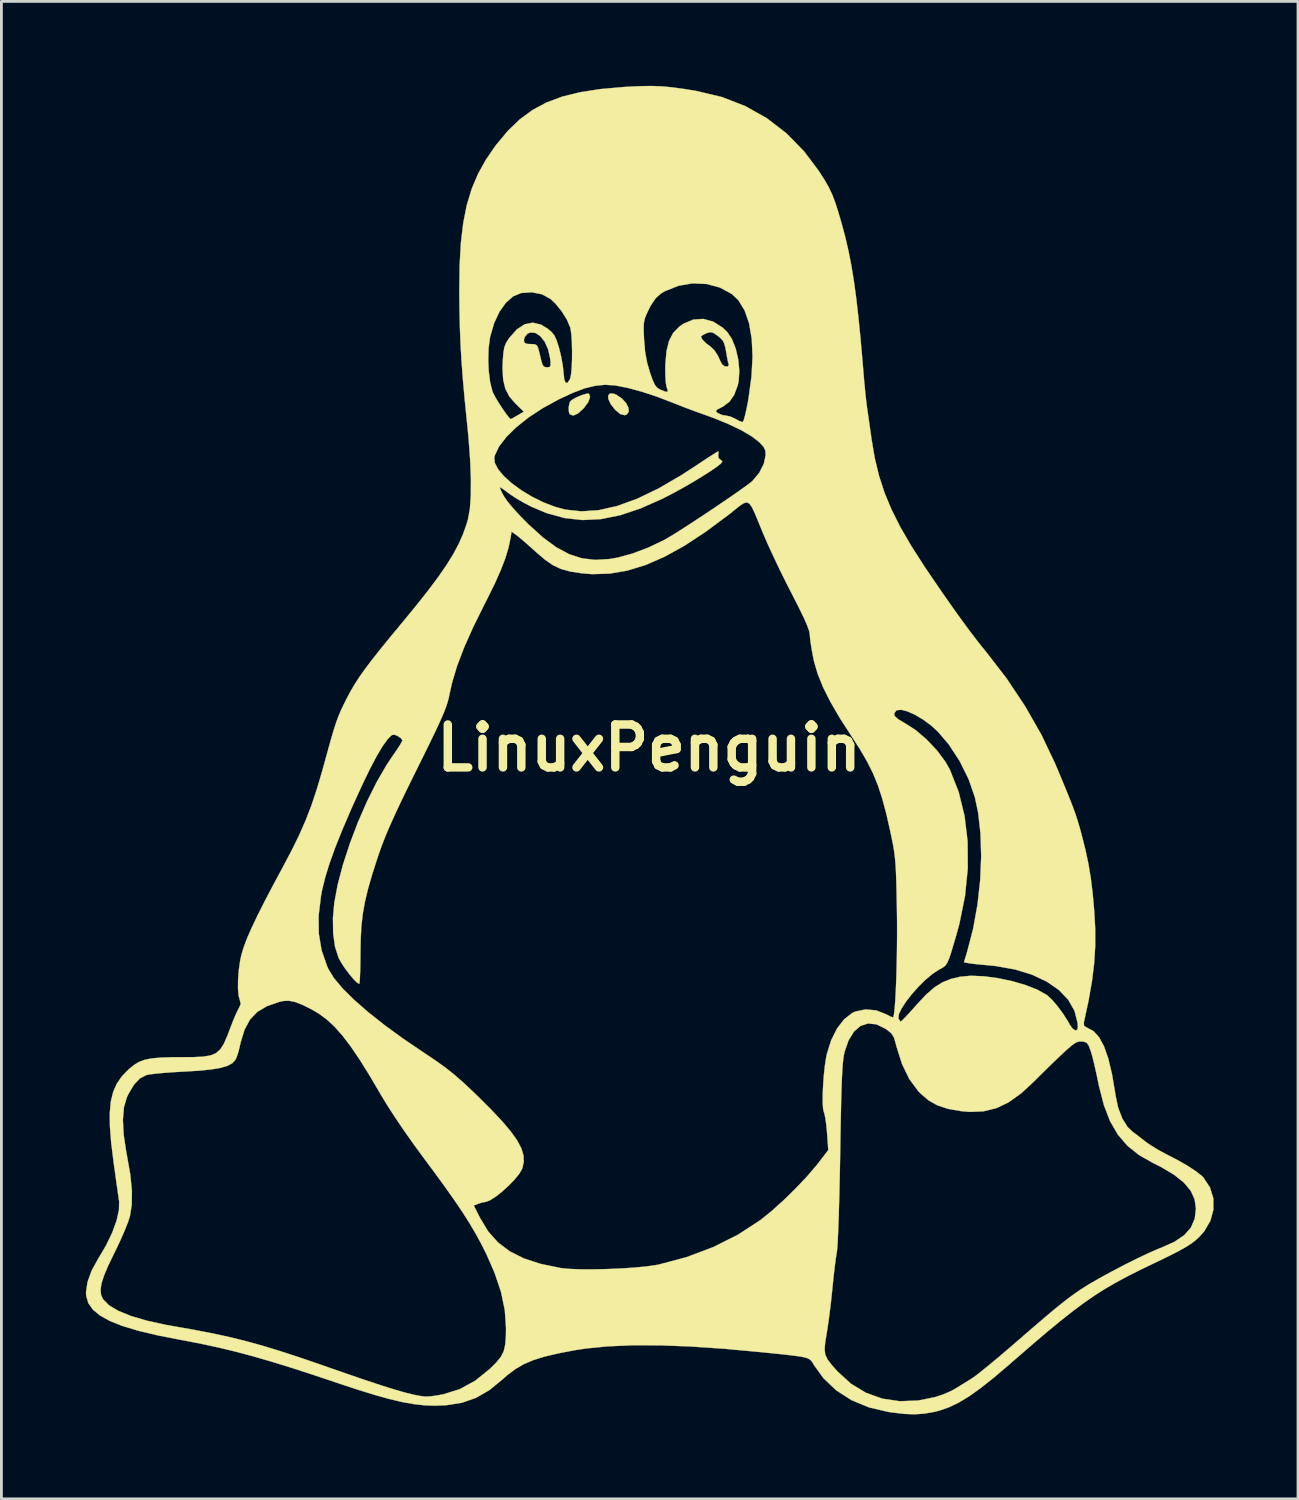
<source format=kicad_pcb>
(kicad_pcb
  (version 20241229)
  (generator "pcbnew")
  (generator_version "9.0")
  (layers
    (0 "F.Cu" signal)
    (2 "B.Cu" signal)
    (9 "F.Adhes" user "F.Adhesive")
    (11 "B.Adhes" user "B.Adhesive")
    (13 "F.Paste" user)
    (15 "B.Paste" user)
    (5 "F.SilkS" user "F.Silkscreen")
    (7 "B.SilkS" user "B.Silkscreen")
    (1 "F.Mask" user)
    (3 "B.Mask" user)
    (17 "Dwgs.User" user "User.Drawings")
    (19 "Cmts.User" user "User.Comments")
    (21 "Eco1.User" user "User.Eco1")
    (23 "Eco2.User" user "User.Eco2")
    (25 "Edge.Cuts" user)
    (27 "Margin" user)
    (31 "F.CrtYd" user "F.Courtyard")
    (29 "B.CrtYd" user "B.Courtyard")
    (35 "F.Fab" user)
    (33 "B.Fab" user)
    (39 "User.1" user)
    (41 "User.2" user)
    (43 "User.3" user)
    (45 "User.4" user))
  (footprint "LinuxPenguin"
    (layer "F.Cu")
    (at 20.008 23.525)
    (property "Reference" "LinuxPenguin" (at 0 0 0) (layer "F.SilkS") (effects (font (size 1.524 1.524) (thickness 0.3))))
    (attr through_hole)
    (fp_poly (pts (xy -1.252 -12.588) (xy -1.156 -12.548) (xy -0.958 -12.413) (xy -0.813 -12.251) (xy -0.73 -12.087) (xy -0.719 -11.945) (xy -0.79 -11.848) (xy -0.867 -11.823) (xy -1.019 -11.863) (xy -1.201 -12.014) (xy -1.201 -12.014) (xy -1.359 -12.215) (xy -1.441 -12.391) (xy -1.45 -12.524) (xy -1.386 -12.596) (xy -1.252 -12.588)) (stroke (width 0.01) (type solid)) (fill yes) (layer "F.SilkS"))
    (fp_poly (pts (xy -2.13 -12.587) (xy -2.094 -12.466) (xy -2.157 -12.291) (xy -2.314 -12.078) (xy -2.325 -12.065) (xy -2.524 -11.883) (xy -2.69 -11.811) (xy -2.814 -11.852) (xy -2.815 -11.853) (xy -2.851 -11.957) (xy -2.852 -12.117) (xy -2.82 -12.27) (xy -2.799 -12.313) (xy -2.715 -12.383) (xy -2.564 -12.463) (xy -2.39 -12.536) (xy -2.234 -12.584) (xy -2.138 -12.592) (xy -2.13 -12.587)) (stroke (width 0.01) (type solid)) (fill yes) (layer "F.SilkS"))
    (fp_poly (pts (xy 0.448 -23.507) (xy 0.82 -23.472) (xy 1.242 -23.415) (xy 1.693 -23.341) (xy 2.589 -23.128) (xy 3.422 -22.805) (xy 4.189 -22.373) (xy 4.887 -21.835) (xy 5.514 -21.193) (xy 6.009 -20.535) (xy 6.228 -20.197) (xy 6.389 -19.917) (xy 6.514 -19.652) (xy 6.624 -19.359) (xy 6.706 -19.103) (xy 6.85 -18.615) (xy 6.977 -18.138) (xy 7.088 -17.655) (xy 7.188 -17.15) (xy 7.277 -16.607) (xy 7.359 -16.009) (xy 7.436 -15.339) (xy 7.512 -14.583) (xy 7.588 -13.722) (xy 7.62 -13.335) (xy 7.651 -12.973) (xy 7.686 -12.615) (xy 7.72 -12.301) (xy 7.75 -12.072) (xy 7.751 -12.065) (xy 7.786 -11.822) (xy 7.832 -11.502) (xy 7.881 -11.156) (xy 7.91 -10.954) (xy 8.023 -10.291) (xy 8.173 -9.667) (xy 8.37 -9.063) (xy 8.623 -8.458) (xy 8.939 -7.831) (xy 9.329 -7.161) (xy 9.8 -6.428) (xy 9.895 -6.287) (xy 10.454 -5.469) (xy 10.953 -4.76) (xy 11.394 -4.157) (xy 11.779 -3.657) (xy 11.985 -3.404) (xy 12.7 -2.479) (xy 13.36 -1.488) (xy 13.944 -0.466) (xy 14.429 0.553) (xy 14.452 0.608) (xy 14.664 1.114) (xy 14.833 1.522) (xy 14.967 1.853) (xy 15.072 2.126) (xy 15.157 2.362) (xy 15.228 2.58) (xy 15.293 2.799) (xy 15.359 3.039) (xy 15.366 3.065) (xy 15.506 3.62) (xy 15.614 4.126) (xy 15.697 4.629) (xy 15.763 5.171) (xy 15.818 5.78) (xy 15.854 6.422) (xy 15.854 7.034) (xy 15.817 7.643) (xy 15.739 8.281) (xy 15.617 8.977) (xy 15.449 9.757) (xy 15.458 9.874) (xy 15.567 9.939) (xy 15.793 10.059) (xy 15.992 10.277) (xy 16.166 10.6) (xy 16.317 11.032) (xy 16.448 11.578) (xy 16.561 12.244) (xy 16.572 12.326) (xy 16.667 12.776) (xy 16.815 13.164) (xy 17.005 13.468) (xy 17.179 13.633) (xy 17.321 13.738) (xy 17.51 13.884) (xy 17.63 13.979) (xy 17.832 14.121) (xy 18.097 14.282) (xy 18.371 14.43) (xy 18.401 14.445) (xy 18.786 14.644) (xy 19.137 14.846) (xy 19.429 15.037) (xy 19.638 15.201) (xy 19.699 15.262) (xy 19.932 15.616) (xy 20.05 16.002) (xy 20.053 16.403) (xy 19.944 16.8) (xy 19.724 17.175) (xy 19.54 17.381) (xy 19.408 17.5) (xy 19.256 17.615) (xy 19.066 17.735) (xy 18.821 17.872) (xy 18.502 18.035) (xy 18.092 18.235) (xy 17.907 18.323) (xy 17.416 18.561) (xy 16.975 18.783) (xy 16.572 19.001) (xy 16.192 19.222) (xy 15.821 19.459) (xy 15.445 19.719) (xy 15.05 20.014) (xy 14.622 20.352) (xy 14.147 20.744) (xy 13.611 21.2) (xy 13 21.729) (xy 12.796 21.907) (xy 12.259 22.365) (xy 11.792 22.736) (xy 11.38 23.03) (xy 11.008 23.255) (xy 10.662 23.422) (xy 10.328 23.539) (xy 10.12 23.591) (xy 9.768 23.651) (xy 9.427 23.673) (xy 9.057 23.658) (xy 8.616 23.605) (xy 8.5 23.588) (xy 7.81 23.426) (xy 7.19 23.168) (xy 6.649 22.82) (xy 6.194 22.386) (xy 5.867 21.931) (xy 5.816 21.845) (xy 5.769 21.776) (xy 5.71 21.723) (xy 5.623 21.679) (xy 5.494 21.643) (xy 5.307 21.61) (xy 5.047 21.577) (xy 4.698 21.538) (xy 4.245 21.492) (xy 4 21.467) (xy 2.977 21.372) (xy 6.239 21.372) (xy 6.265 21.559) (xy 6.347 21.73) (xy 6.496 21.924) (xy 6.699 22.152) (xy 7.176 22.587) (xy 7.708 22.909) (xy 8.288 23.117) (xy 8.911 23.209) (xy 9.568 23.183) (xy 10.176 23.059) (xy 10.444 22.97) (xy 10.709 22.857) (xy 10.866 22.773) (xy 11.091 22.634) (xy 11.344 22.478) (xy 11.455 22.409) (xy 11.593 22.313) (xy 11.807 22.146) (xy 12.08 21.925) (xy 12.395 21.664) (xy 12.732 21.378) (xy 12.916 21.219) (xy 13.399 20.8) (xy 13.8 20.455) (xy 14.132 20.172) (xy 14.406 19.942) (xy 14.638 19.754) (xy 14.838 19.596) (xy 15.021 19.46) (xy 15.199 19.334) (xy 15.348 19.232) (xy 15.632 19.053) (xy 16 18.841) (xy 16.423 18.61) (xy 16.87 18.375) (xy 17.313 18.153) (xy 17.721 17.959) (xy 18.065 17.807) (xy 18.205 17.752) (xy 18.67 17.544) (xy 19.017 17.309) (xy 19.255 17.037) (xy 19.39 16.72) (xy 19.431 16.366) (xy 19.386 16.036) (xy 19.246 15.73) (xy 19.005 15.441) (xy 18.654 15.162) (xy 18.188 14.884) (xy 17.907 14.744) (xy 17.409 14.462) (xy 16.995 14.13) (xy 16.655 13.733) (xy 16.38 13.256) (xy 16.161 12.687) (xy 15.988 12.012) (xy 15.968 11.915) (xy 15.896 11.573) (xy 15.822 11.244) (xy 15.753 10.965) (xy 15.698 10.773) (xy 15.697 10.772) (xy 15.626 10.58) (xy 15.557 10.479) (xy 15.461 10.437) (xy 15.385 10.426) (xy 15.276 10.428) (xy 15.168 10.466) (xy 15.035 10.556) (xy 14.852 10.712) (xy 14.718 10.835) (xy 14.479 11.061) (xy 14.192 11.339) (xy 13.896 11.631) (xy 13.684 11.844) (xy 13.22 12.273) (xy 12.777 12.588) (xy 12.337 12.798) (xy 11.882 12.909) (xy 11.394 12.929) (xy 11.087 12.902) (xy 10.622 12.82) (xy 10.249 12.699) (xy 9.935 12.522) (xy 9.646 12.275) (xy 9.562 12.186) (xy 9.249 11.764) (xy 8.991 11.232) (xy 8.79 10.598) (xy 8.765 10.496) (xy 8.703 10.284) (xy 8.613 10.141) (xy 8.458 10.013) (xy 8.397 9.972) (xy 8.08 9.818) (xy 7.783 9.787) (xy 7.515 9.875) (xy 7.281 10.077) (xy 7.089 10.39) (xy 6.949 10.795) (xy 6.924 10.911) (xy 6.902 11.055) (xy 6.883 11.239) (xy 6.867 11.474) (xy 6.852 11.771) (xy 6.839 12.141) (xy 6.826 12.597) (xy 6.814 13.148) (xy 6.802 13.807) (xy 6.793 14.383) (xy 6.781 15.046) (xy 6.767 15.671) (xy 6.752 16.246) (xy 6.737 16.758) (xy 6.72 17.193) (xy 6.704 17.538) (xy 6.688 17.782) (xy 6.674 17.907) (xy 6.643 18.098) (xy 6.605 18.382) (xy 6.565 18.724) (xy 6.526 19.091) (xy 6.515 19.209) (xy 6.473 19.613) (xy 6.422 20.039) (xy 6.368 20.44) (xy 6.318 20.768) (xy 6.311 20.808) (xy 6.258 21.134) (xy 6.239 21.372) (xy 2.977 21.372) (xy 2.679 21.345) (xy 1.474 21.264) (xy 0.382 21.222) (xy -0.602 21.221) (xy -1.482 21.26) (xy -2.261 21.338) (xy -2.63 21.395) (xy -3.221 21.508) (xy -3.706 21.622) (xy -4.108 21.747) (xy -4.446 21.891) (xy -4.743 22.063) (xy -5.021 22.271) (xy -5.194 22.424) (xy -5.665 22.81) (xy -6.139 23.086) (xy -6.643 23.262) (xy -7.206 23.351) (xy -7.62 23.367) (xy -7.975 23.354) (xy -8.351 23.312) (xy -8.763 23.239) (xy -9.228 23.129) (xy -9.763 22.98) (xy -10.384 22.787) (xy -11.017 22.577) (xy -11.901 22.281) (xy -12.686 22.026) (xy -13.392 21.808) (xy -14.04 21.62) (xy -14.648 21.457) (xy -15.236 21.314) (xy -15.825 21.186) (xy -16.433 21.066) (xy -16.681 21.021) (xy -17.477 20.864) (xy -18.152 20.703) (xy -18.713 20.534) (xy -19.164 20.353) (xy -19.512 20.159) (xy -19.762 19.949) (xy -19.922 19.718) (xy -19.995 19.464) (xy -20.003 19.349) (xy -19.99 19.258) (xy -19.487 19.258) (xy -19.465 19.439) (xy -19.398 19.584) (xy -19.191 19.796) (xy -18.862 19.994) (xy -18.413 20.178) (xy -17.847 20.345) (xy -17.168 20.494) (xy -16.859 20.549) (xy -16.149 20.674) (xy -15.508 20.798) (xy -14.911 20.928) (xy -14.332 21.07) (xy -13.745 21.232) (xy -13.127 21.42) (xy -12.45 21.64) (xy -11.69 21.9) (xy -11.398 22.003) (xy -10.653 22.262) (xy -10.017 22.479) (xy -9.481 22.656) (xy -9.033 22.796) (xy -8.665 22.902) (xy -8.367 22.976) (xy -8.13 23.022) (xy -7.943 23.043) (xy -7.906 23.044) (xy -7.744 23.033) (xy -7.512 23) (xy -7.295 22.959) (xy -6.718 22.777) (xy -6.177 22.481) (xy -5.659 22.064) (xy -5.653 22.059) (xy -5.423 21.83) (xy -5.263 21.632) (xy -5.162 21.431) (xy -5.107 21.194) (xy -5.084 20.889) (xy -5.08 20.598) (xy -5.124 19.969) (xy -5.26 19.318) (xy -5.493 18.629) (xy -5.777 17.984) (xy -5.964 17.611) (xy -6.162 17.248) (xy -6.381 16.877) (xy -6.631 16.484) (xy -6.923 16.053) (xy -7.268 15.566) (xy -7.675 15.008) (xy -7.999 14.573) (xy -8.355 14.087) (xy -8.706 13.589) (xy -9.032 13.107) (xy -9.314 12.67) (xy -9.526 12.319) (xy -9.92 11.648) (xy -10.273 11.082) (xy -10.593 10.61) (xy -10.889 10.221) (xy -11.171 9.903) (xy -11.448 9.646) (xy -11.728 9.439) (xy -11.986 9.287) (xy -12.32 9.122) (xy -12.579 9.022) (xy -12.795 8.98) (xy -12.997 8.989) (xy -13.134 9.019) (xy -13.573 9.172) (xy -13.916 9.377) (xy -14.177 9.65) (xy -14.37 10.009) (xy -14.511 10.47) (xy -14.54 10.604) (xy -14.596 10.826) (xy -14.662 11.014) (xy -14.7 11.089) (xy -14.809 11.202) (xy -14.98 11.294) (xy -15.227 11.366) (xy -15.562 11.422) (xy -15.998 11.466) (xy -16.51 11.496) (xy -16.891 11.518) (xy -17.245 11.544) (xy -17.545 11.573) (xy -17.763 11.6) (xy -17.858 11.62) (xy -18.087 11.739) (xy -18.297 11.96) (xy -18.496 12.295) (xy -18.554 12.418) (xy -18.655 12.764) (xy -18.692 13.209) (xy -18.664 13.744) (xy -18.572 14.357) (xy -18.548 14.478) (xy -18.428 15.161) (xy -18.371 15.744) (xy -18.378 16.238) (xy -18.442 16.637) (xy -18.509 16.843) (xy -18.622 17.129) (xy -18.767 17.461) (xy -18.93 17.809) (xy -18.995 17.94) (xy -19.213 18.39) (xy -19.365 18.749) (xy -19.455 19.034) (xy -19.487 19.258) (xy -19.99 19.258) (xy -19.95 18.976) (xy -19.8 18.562) (xy -19.567 18.142) (xy -19.29 17.674) (xy -19.071 17.217) (xy -18.915 16.789) (xy -18.831 16.411) (xy -18.825 16.104) (xy -18.829 16.081) (xy -18.847 15.965) (xy -18.878 15.745) (xy -18.921 15.446) (xy -18.97 15.091) (xy -19.024 14.702) (xy -19.024 14.7) (xy -19.108 14.019) (xy -19.153 13.445) (xy -19.158 12.963) (xy -19.12 12.558) (xy -19.037 12.217) (xy -18.906 11.923) (xy -18.725 11.663) (xy -18.491 11.421) (xy -18.477 11.409) (xy -18.3 11.264) (xy -18.122 11.155) (xy -17.92 11.079) (xy -17.673 11.029) (xy -17.357 11) (xy -16.952 10.987) (xy -16.638 10.986) (xy -16.185 10.983) (xy -15.838 10.966) (xy -15.577 10.923) (xy -15.382 10.841) (xy -15.232 10.708) (xy -15.106 10.511) (xy -14.985 10.236) (xy -14.854 9.891) (xy -14.755 9.639) (xy -14.659 9.416) (xy -14.582 9.263) (xy -14.571 9.244) (xy -14.505 9.096) (xy -14.535 8.965) (xy -14.537 8.962) (xy -14.582 8.797) (xy -14.603 8.541) (xy -14.599 8.227) (xy -14.573 7.887) (xy -14.526 7.556) (xy -14.481 7.346) (xy -14.401 7.081) (xy -14.282 6.766) (xy -14.119 6.393) (xy -13.911 5.955) (xy -11.738 5.955) (xy -11.732 6.594) (xy -11.633 7.185) (xy -11.438 7.748) (xy -11.388 7.859) (xy -11.194 8.175) (xy -10.891 8.537) (xy -10.487 8.939) (xy -9.989 9.375) (xy -9.404 9.839) (xy -8.739 10.324) (xy -8.002 10.824) (xy -7.993 10.83) (xy -7.58 11.106) (xy -7.234 11.355) (xy -6.919 11.604) (xy -6.602 11.881) (xy -6.246 12.215) (xy -6.101 12.355) (xy -5.609 12.845) (xy -5.213 13.267) (xy -4.905 13.631) (xy -4.681 13.948) (xy -4.534 14.226) (xy -4.459 14.476) (xy -4.449 14.706) (xy -4.498 14.927) (xy -4.508 14.952) (xy -4.607 15.125) (xy -4.777 15.334) (xy -4.991 15.555) (xy -5.226 15.768) (xy -5.458 15.949) (xy -5.66 16.076) (xy -5.81 16.129) (xy -5.819 16.129) (xy -5.934 16.15) (xy -6.061 16.191) (xy -6.226 16.254) (xy -5.997 16.707) (xy -5.714 17.175) (xy -5.369 17.564) (xy -4.951 17.881) (xy -4.448 18.134) (xy -3.85 18.329) (xy -3.143 18.475) (xy -3.123 18.478) (xy -2.831 18.507) (xy -2.442 18.522) (xy -1.986 18.524) (xy -1.493 18.513) (xy -0.992 18.492) (xy -0.513 18.46) (xy -0.086 18.419) (xy 0.26 18.369) (xy 0.349 18.352) (xy 1.34 18.088) (xy 2.284 17.732) (xy 3.161 17.292) (xy 3.95 16.778) (xy 3.973 16.761) (xy 4.36 16.448) (xy 4.785 16.065) (xy 5.213 15.646) (xy 5.612 15.224) (xy 5.947 14.833) (xy 6.015 14.747) (xy 6.369 14.286) (xy 6.326 13.676) (xy 6.3 13.396) (xy 6.266 13.153) (xy 6.23 12.982) (xy 6.212 12.934) (xy 6.184 12.807) (xy 6.171 12.582) (xy 6.173 12.289) (xy 6.188 11.954) (xy 6.214 11.606) (xy 6.25 11.274) (xy 6.295 10.986) (xy 6.319 10.872) (xy 6.472 10.384) (xy 6.679 9.969) (xy 6.931 9.642) (xy 7.215 9.419) (xy 7.336 9.362) (xy 7.699 9.288) (xy 8.077 9.323) (xy 8.43 9.463) (xy 8.433 9.464) (xy 8.576 9.54) (xy 8.665 9.573) (xy 8.675 9.571) (xy 8.701 9.484) (xy 8.725 9.286) (xy 8.748 8.995) (xy 8.768 8.625) (xy 8.786 8.195) (xy 8.799 7.719) (xy 8.809 7.216) (xy 8.814 6.7) (xy 8.814 6.189) (xy 8.808 5.747) (xy 8.798 5.206) (xy 8.787 4.77) (xy 8.775 4.42) (xy 8.759 4.132) (xy 8.737 3.887) (xy 8.709 3.664) (xy 8.671 3.44) (xy 8.622 3.195) (xy 8.578 2.985) (xy 8.433 2.345) (xy 8.289 1.804) (xy 8.135 1.331) (xy 7.958 0.898) (xy 7.746 0.476) (xy 7.489 0.036) (xy 7.198 -0.415) (xy 6.778 -1.067) (xy 6.683 -1.231) (xy 8.711 -1.231) (xy 8.73 -1.133) (xy 8.853 -1.022) (xy 9.087 -0.884) (xy 9.096 -0.88) (xy 9.48 -0.632) (xy 9.87 -0.297) (xy 10.232 0.088) (xy 10.532 0.491) (xy 10.69 0.77) (xy 11.002 1.56) (xy 11.212 2.415) (xy 11.32 3.323) (xy 11.326 4.272) (xy 11.229 5.25) (xy 11.028 6.246) (xy 10.921 6.636) (xy 10.808 7.021) (xy 10.723 7.304) (xy 10.654 7.502) (xy 10.594 7.637) (xy 10.533 7.725) (xy 10.461 7.787) (xy 10.369 7.841) (xy 10.301 7.876) (xy 10.074 8.025) (xy 9.827 8.232) (xy 9.578 8.477) (xy 9.342 8.742) (xy 9.136 9.006) (xy 8.976 9.25) (xy 8.878 9.454) (xy 8.859 9.598) (xy 8.863 9.61) (xy 8.919 9.7) (xy 8.947 9.716) (xy 9.003 9.67) (xy 9.124 9.547) (xy 9.294 9.364) (xy 9.494 9.14) (xy 9.516 9.115) (xy 9.842 8.765) (xy 10.135 8.509) (xy 10.422 8.328) (xy 10.73 8.204) (xy 11.049 8.128) (xy 11.437 8.092) (xy 11.896 8.111) (xy 12.395 8.177) (xy 12.899 8.283) (xy 13.378 8.422) (xy 13.798 8.587) (xy 14.127 8.771) (xy 14.152 8.789) (xy 14.319 8.944) (xy 14.516 9.175) (xy 14.715 9.445) (xy 14.888 9.718) (xy 14.947 9.827) (xy 15.043 9.963) (xy 15.14 10.031) (xy 15.155 10.033) (xy 15.217 10.009) (xy 15.237 9.917) (xy 15.226 9.761) (xy 15.116 9.332) (xy 14.891 8.942) (xy 14.559 8.595) (xy 14.129 8.298) (xy 13.609 8.054) (xy 13.005 7.869) (xy 12.327 7.748) (xy 12.033 7.718) (xy 11.769 7.695) (xy 11.534 7.67) (xy 11.374 7.648) (xy 11.358 7.645) (xy 11.19 7.613) (xy 11.309 7.22) (xy 11.518 6.411) (xy 11.671 5.563) (xy 11.766 4.701) (xy 11.802 3.852) (xy 11.778 3.04) (xy 11.693 2.292) (xy 11.577 1.746) (xy 11.352 1.099) (xy 11.035 0.46) (xy 10.648 -0.13) (xy 10.258 -0.587) (xy 10.005 -0.815) (xy 9.727 -1.017) (xy 9.446 -1.182) (xy 9.185 -1.3) (xy 8.967 -1.357) (xy 8.814 -1.344) (xy 8.788 -1.328) (xy 8.711 -1.231) (xy 6.683 -1.231) (xy 6.442 -1.645) (xy 6.183 -2.162) (xy 5.993 -2.633) (xy 5.865 -3.071) (xy 5.843 -3.171) (xy 5.787 -3.465) (xy 5.744 -3.738) (xy 5.719 -3.948) (xy 5.715 -4.022) (xy 5.693 -4.149) (xy 5.623 -4.345) (xy 5.503 -4.621) (xy 5.326 -4.986) (xy 5.089 -5.45) (xy 5.077 -5.473) (xy 4.855 -5.909) (xy 4.624 -6.378) (xy 4.403 -6.844) (xy 4.207 -7.271) (xy 4.058 -7.614) (xy 3.887 -8.031) (xy 3.758 -8.343) (xy 3.656 -8.557) (xy 3.567 -8.682) (xy 3.474 -8.726) (xy 3.364 -8.696) (xy 3.222 -8.602) (xy 3.032 -8.45) (xy 2.824 -8.283) (xy 2.014 -7.682) (xy 1.259 -7.186) (xy 0.549 -6.793) (xy -0.125 -6.5) (xy -0.772 -6.302) (xy -1.401 -6.195) (xy -2.022 -6.177) (xy -2.407 -6.209) (xy -2.805 -6.271) (xy -3.128 -6.361) (xy -3.414 -6.495) (xy -3.7 -6.693) (xy -4.025 -6.971) (xy -4.038 -6.983) (xy -4.265 -7.187) (xy -4.475 -7.371) (xy -4.641 -7.51) (xy -4.712 -7.565) (xy -4.883 -7.688) (xy -4.922 -7.447) (xy -4.994 -7.106) (xy -5.104 -6.742) (xy -5.26 -6.335) (xy -5.468 -5.866) (xy -5.737 -5.317) (xy -5.842 -5.112) (xy -6.243 -4.302) (xy -6.566 -3.578) (xy -6.814 -2.927) (xy -6.992 -2.338) (xy -7.081 -1.943) (xy -7.113 -1.787) (xy -7.154 -1.631) (xy -7.21 -1.461) (xy -7.285 -1.264) (xy -7.388 -1.025) (xy -7.522 -0.732) (xy -7.695 -0.37) (xy -7.912 0.075) (xy -8.18 0.616) (xy -8.248 0.754) (xy -8.562 1.39) (xy -8.823 1.929) (xy -9.039 2.391) (xy -9.218 2.79) (xy -9.368 3.144) (xy -9.494 3.47) (xy -9.606 3.783) (xy -9.637 3.876) (xy -9.832 4.483) (xy -9.982 5.002) (xy -10.093 5.465) (xy -10.17 5.9) (xy -10.219 6.337) (xy -10.244 6.807) (xy -10.252 7.287) (xy -10.255 7.644) (xy -10.262 7.952) (xy -10.272 8.191) (xy -10.284 8.341) (xy -10.295 8.382) (xy -10.378 8.333) (xy -10.506 8.203) (xy -10.658 8.02) (xy -10.812 7.813) (xy -10.946 7.607) (xy -11.03 7.45) (xy -11.155 7.062) (xy -11.222 6.584) (xy -11.229 6.038) (xy -11.182 5.513) (xy -11.064 4.87) (xy -10.877 4.158) (xy -10.633 3.407) (xy -10.344 2.646) (xy -10.021 1.905) (xy -9.676 1.212) (xy -9.32 0.599) (xy -9.104 0.276) (xy -8.954 0.06) (xy -8.837 -0.123) (xy -8.772 -0.245) (xy -8.763 -0.274) (xy -8.816 -0.352) (xy -8.938 -0.431) (xy -9.054 -0.475) (xy -9.141 -0.456) (xy -9.243 -0.359) (xy -9.291 -0.304) (xy -9.465 -0.065) (xy -9.673 0.284) (xy -9.916 0.745) (xy -10.194 1.321) (xy -10.51 2.015) (xy -10.579 2.168) (xy -10.892 2.898) (xy -11.147 3.533) (xy -11.348 4.091) (xy -11.5 4.585) (xy -11.611 5.033) (xy -11.652 5.247) (xy -11.738 5.955) (xy -13.911 5.955) (xy -13.908 5.949) (xy -13.644 5.426) (xy -13.322 4.813) (xy -13.028 4.267) (xy -12.701 3.648) (xy -12.428 3.094) (xy -12.198 2.57) (xy -11.994 2.041) (xy -11.804 1.472) (xy -11.613 0.828) (xy -11.525 0.509) (xy -11.391 0.022) (xy -11.283 -0.363) (xy -11.193 -0.667) (xy -11.113 -0.913) (xy -11.037 -1.121) (xy -10.956 -1.313) (xy -10.864 -1.509) (xy -10.753 -1.732) (xy -10.745 -1.748) (xy -10.611 -2.001) (xy -10.466 -2.249) (xy -10.3 -2.508) (xy -10.101 -2.79) (xy -9.859 -3.111) (xy -9.564 -3.485) (xy -9.205 -3.927) (xy -8.802 -4.413) (xy -8.286 -5.041) (xy -7.851 -5.59) (xy -7.489 -6.074) (xy -7.191 -6.505) (xy -6.949 -6.896) (xy -6.756 -7.26) (xy -6.603 -7.609) (xy -6.481 -7.955) (xy -6.431 -8.128) (xy -6.365 -8.49) (xy -6.33 -8.97) (xy -6.327 -9.56) (xy -6.355 -10.255) (xy -6.362 -10.339) (xy -5.495 -10.339) (xy -5.482 -10.138) (xy -5.364 -9.907) (xy -5.157 -9.66) (xy -4.877 -9.407) (xy -4.539 -9.159) (xy -4.159 -8.929) (xy -3.753 -8.728) (xy -3.337 -8.568) (xy -2.972 -8.47) (xy -2.401 -8.407) (xy -1.788 -8.449) (xy -1.13 -8.598) (xy -0.423 -8.854) (xy 0.336 -9.219) (xy 1.15 -9.694) (xy 1.547 -9.951) (xy 1.842 -10.146) (xy 2.098 -10.315) (xy 2.299 -10.444) (xy 2.426 -10.522) (xy 2.461 -10.541) (xy 2.472 -10.49) (xy 2.459 -10.418) (xy 2.47 -10.301) (xy 2.515 -10.261) (xy 2.595 -10.197) (xy 2.603 -10.168) (xy 2.55 -10.101) (xy 2.404 -9.986) (xy 2.181 -9.833) (xy 1.9 -9.655) (xy 1.58 -9.46) (xy 1.238 -9.262) (xy 0.893 -9.071) (xy 0.562 -8.899) (xy 0.476 -8.856) (xy -0.305 -8.509) (xy -1.03 -8.268) (xy -1.712 -8.131) (xy -2.363 -8.099) (xy -2.998 -8.169) (xy -3.628 -8.342) (xy -4.159 -8.564) (xy -4.438 -8.708) (xy -4.714 -8.868) (xy -4.937 -9.015) (xy -4.969 -9.039) (xy -5.135 -9.162) (xy -5.257 -9.246) (xy -5.303 -9.271) (xy -5.292 -9.221) (xy -5.233 -9.091) (xy -5.159 -8.95) (xy -5.041 -8.776) (xy -4.846 -8.539) (xy -4.596 -8.264) (xy -4.309 -7.972) (xy -4.278 -7.942) (xy -3.769 -7.481) (xy -3.294 -7.131) (xy -2.836 -6.885) (xy -2.379 -6.738) (xy -1.907 -6.683) (xy -1.404 -6.714) (xy -1.114 -6.764) (xy -0.589 -6.907) (xy -0.026 -7.119) (xy 0.521 -7.381) (xy 0.626 -7.439) (xy 0.828 -7.559) (xy 1.101 -7.73) (xy 1.426 -7.939) (xy 1.785 -8.174) (xy 2.159 -8.422) (xy 2.529 -8.672) (xy 2.879 -8.91) (xy 3.188 -9.125) (xy 3.438 -9.304) (xy 3.612 -9.434) (xy 3.673 -9.485) (xy 3.915 -9.774) (xy 4.079 -10.097) (xy 4.144 -10.406) (xy 4.134 -10.565) (xy 4.073 -10.696) (xy 3.936 -10.847) (xy 3.902 -10.879) (xy 3.645 -11.076) (xy 3.283 -11.288) (xy 2.834 -11.504) (xy 2.319 -11.716) (xy 2 -11.831) (xy 1.656 -11.955) (xy 1.28 -12.095) (xy 0.938 -12.228) (xy 0.826 -12.274) (xy 0.286 -12.481) (xy -0.253 -12.658) (xy -0.754 -12.794) (xy -1.183 -12.878) (xy -1.205 -12.881) (xy -1.555 -12.904) (xy -1.906 -12.871) (xy -2.284 -12.778) (xy -2.712 -12.616) (xy -3.207 -12.386) (xy -3.773 -12.076) (xy -4.281 -11.742) (xy -4.718 -11.395) (xy -5.072 -11.046) (xy -5.331 -10.707) (xy -5.481 -10.388) (xy -5.495 -10.339) (xy -6.362 -10.339) (xy -6.415 -11.05) (xy -6.465 -11.557) (xy -6.547 -12.372) (xy -6.612 -13.093) (xy -6.661 -13.751) (xy -6.664 -13.788) (xy -5.712 -13.788) (xy -5.693 -13.376) (xy -5.644 -12.997) (xy -5.568 -12.691) (xy -5.536 -12.61) (xy -5.455 -12.455) (xy -5.339 -12.262) (xy -5.207 -12.059) (xy -5.079 -11.875) (xy -4.975 -11.741) (xy -4.914 -11.684) (xy -4.912 -11.684) (xy -4.853 -11.713) (xy -4.725 -11.786) (xy -4.672 -11.816) (xy -4.448 -11.949) (xy -4.757 -12.25) (xy -4.966 -12.495) (xy -5.106 -12.767) (xy -5.182 -13.092) (xy -5.204 -13.495) (xy -5.194 -13.774) (xy -5.172 -14.051) (xy -5.137 -14.245) (xy -5.075 -14.398) (xy -5.013 -14.494) (xy -4.445 -14.494) (xy -4.427 -14.4) (xy -4.349 -14.359) (xy -4.205 -14.351) (xy -4.071 -14.346) (xy -3.991 -14.312) (xy -3.941 -14.219) (xy -3.893 -14.037) (xy -3.881 -13.986) (xy -3.825 -13.751) (xy -3.78 -13.613) (xy -3.731 -13.548) (xy -3.663 -13.527) (xy -3.607 -13.525) (xy -3.53 -13.537) (xy -3.498 -13.592) (xy -3.499 -13.723) (xy -3.513 -13.845) (xy -3.583 -14.163) (xy -3.703 -14.43) (xy -3.858 -14.63) (xy -4.034 -14.746) (xy -4.215 -14.762) (xy -4.311 -14.722) (xy -4.416 -14.602) (xy -4.445 -14.494) (xy -5.013 -14.494) (xy -4.975 -14.554) (xy -4.972 -14.559) (xy -4.699 -14.869) (xy -4.419 -15.053) (xy -4.132 -15.111) (xy -3.838 -15.042) (xy -3.609 -14.904) (xy -3.462 -14.781) (xy -3.362 -14.657) (xy -3.284 -14.491) (xy -3.205 -14.245) (xy -3.194 -14.205) (xy -3.121 -13.908) (xy -3.064 -13.596) (xy -3.036 -13.338) (xy -3.036 -13.335) (xy -3.01 -13.096) (xy -2.962 -12.974) (xy -2.896 -12.973) (xy -2.814 -13.096) (xy -2.804 -13.116) (xy -2.771 -13.257) (xy -2.748 -13.492) (xy -2.735 -13.786) (xy -2.733 -14.108) (xy -2.741 -14.424) (xy -2.759 -14.7) (xy -2.789 -14.904) (xy -2.79 -14.908) (xy -0.19 -14.908) (xy -0.181 -14.646) (xy -0.176 -14.526) (xy -0.139 -14.08) (xy -0.068 -13.695) (xy 0.034 -13.343) (xy 0.126 -13.081) (xy 0.201 -12.913) (xy 0.277 -12.811) (xy 0.37 -12.747) (xy 0.422 -12.724) (xy 0.589 -12.658) (xy 0.661 -12.653) (xy 0.661 -12.72) (xy 0.624 -12.83) (xy 0.597 -12.98) (xy 0.581 -13.218) (xy 0.578 -13.506) (xy 0.582 -13.645) (xy 0.623 -14.103) (xy 0.711 -14.461) (xy 0.79 -14.613) (xy 1.844 -14.613) (xy 1.898 -14.509) (xy 2.031 -14.376) (xy 2.18 -14.266) (xy 2.326 -14.128) (xy 2.445 -13.943) (xy 2.457 -13.917) (xy 2.533 -13.75) (xy 2.599 -13.63) (xy 2.609 -13.615) (xy 2.698 -13.557) (xy 2.792 -13.553) (xy 2.837 -13.599) (xy 2.832 -13.627) (xy 2.802 -13.739) (xy 2.768 -13.913) (xy 2.762 -13.95) (xy 2.717 -14.209) (xy 2.671 -14.378) (xy 2.608 -14.493) (xy 2.512 -14.588) (xy 2.444 -14.642) (xy 2.294 -14.745) (xy 2.185 -14.775) (xy 2.063 -14.745) (xy 2.032 -14.732) (xy 1.902 -14.667) (xy 1.844 -14.616) (xy 1.844 -14.613) (xy 0.79 -14.613) (xy 0.856 -14.74) (xy 1.067 -14.962) (xy 1.228 -15.075) (xy 1.574 -15.221) (xy 1.929 -15.244) (xy 2.282 -15.148) (xy 2.618 -14.934) (xy 2.777 -14.783) (xy 2.948 -14.527) (xy 3.082 -14.187) (xy 3.171 -13.799) (xy 3.209 -13.402) (xy 3.186 -13.035) (xy 3.152 -12.879) (xy 3.024 -12.541) (xy 2.856 -12.3) (xy 2.627 -12.129) (xy 2.562 -12.096) (xy 2.418 -12.022) (xy 2.375 -11.972) (xy 2.417 -11.919) (xy 2.445 -11.898) (xy 2.603 -11.829) (xy 2.727 -11.811) (xy 2.893 -11.776) (xy 3.073 -11.693) (xy 3.08 -11.689) (xy 3.223 -11.611) (xy 3.325 -11.582) (xy 3.333 -11.583) (xy 3.366 -11.648) (xy 3.413 -11.814) (xy 3.468 -12.059) (xy 3.525 -12.357) (xy 3.536 -12.419) (xy 3.641 -13.196) (xy 3.679 -13.905) (xy 3.65 -14.538) (xy 3.556 -15.088) (xy 3.397 -15.546) (xy 3.176 -15.908) (xy 2.942 -16.13) (xy 2.516 -16.36) (xy 2.042 -16.486) (xy 1.544 -16.507) (xy 1.046 -16.422) (xy 0.571 -16.232) (xy 0.434 -16.153) (xy 0.245 -15.988) (xy 0.07 -15.733) (xy -0.003 -15.592) (xy -0.095 -15.399) (xy -0.153 -15.247) (xy -0.182 -15.096) (xy -0.19 -14.908) (xy -2.79 -14.908) (xy -2.796 -14.934) (xy -2.912 -15.21) (xy -3.099 -15.511) (xy -3.325 -15.79) (xy -3.504 -15.957) (xy -3.804 -16.12) (xy -4.166 -16.19) (xy -4.538 -16.165) (xy -4.819 -16.051) (xy -5.08 -15.825) (xy -5.311 -15.503) (xy -5.5 -15.101) (xy -5.638 -14.633) (xy -5.653 -14.56) (xy -5.7 -14.196) (xy -5.712 -13.788) (xy -6.664 -13.788) (xy -6.697 -14.377) (xy -6.721 -15.002) (xy -6.735 -15.657) (xy -6.74 -16.256) (xy -6.728 -17.161) (xy -6.682 -17.959) (xy -6.598 -18.665) (xy -6.472 -19.296) (xy -6.299 -19.868) (xy -6.075 -20.396) (xy -5.797 -20.897) (xy -5.46 -21.387) (xy -5.412 -21.451) (xy -5.01 -21.931) (xy -4.591 -22.334) (xy -4.141 -22.665) (xy -3.645 -22.932) (xy -3.087 -23.141) (xy -2.454 -23.298) (xy -1.729 -23.41) (xy -0.899 -23.484) (xy -0.762 -23.493) (xy -0.304 -23.514) (xy 0.086 -23.52) (xy 0.448 -23.507)) (stroke (width 0.01) (type solid)) (fill yes) (layer "F.SilkS")))
  (gr_rect
    (start -3 -3)
    (end 43.066 50.203)
    (stroke (width 0.1) (type default))
    (fill no)
    (layer "Edge.Cuts")))
</source>
